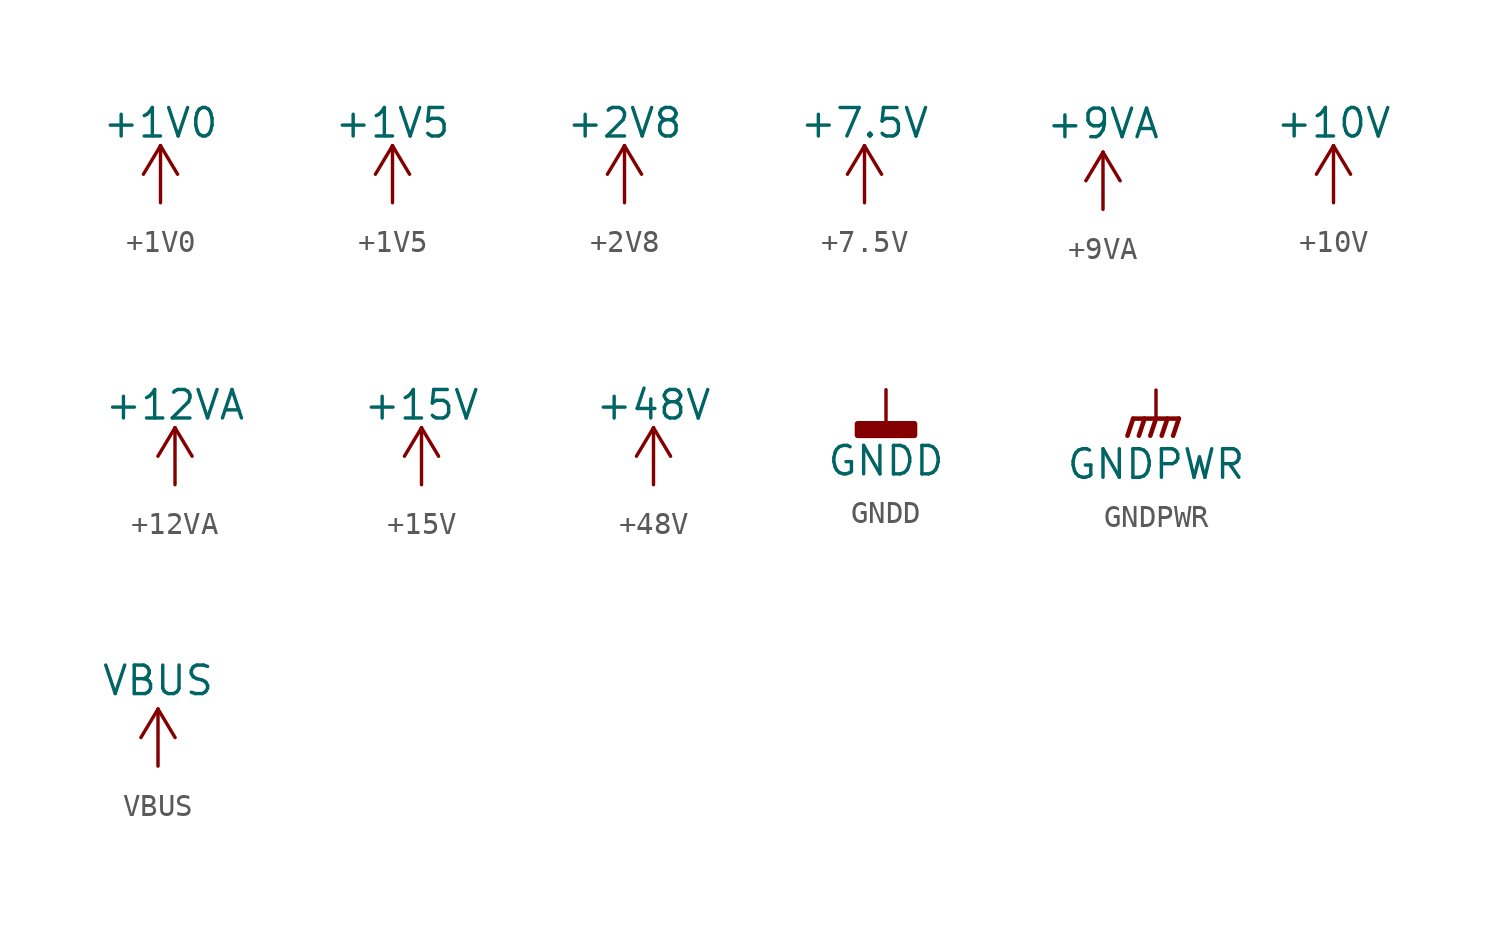
<source format=kicad_sym>
(kicad_symbol_lib
  (version 20201005)
  (generator kicad_symbol_editor)
  (symbol "power:+1V0"
    (power)
    (pin_names
      (offset 0))
    (property "Reference" "#PWR"
      (at 0 -3.81 0)
      (effects (font (size 1.27 1.27)) hide))
    (property "Value" "+1V0"
      (at 0 3.556 0)
      (effects (font (size 1.27 1.27))))
    (symbol "+1V0_0_1"
      (polyline (pts (xy -0.762 1.27) (xy 0 2.54)) (stroke (width 0)) (fill (type none)))
      (polyline (pts (xy 0 0) (xy 0 2.54)) (stroke (width 0)) (fill (type none)))
      (polyline (pts (xy 0 2.54) (xy 0.762 1.27)) (stroke (width 0)) (fill (type none))))
    (symbol "+1V0_1_1"
      (pin power_in line (at 0 0 90) (length 0) hide (name "+1V0" (effects (font (size 1.27 1.27)))) (number "1" (effects (font (size 1.27 1.27)))))))
  (symbol "power:+1V5"
    (power)
    (pin_names
      (offset 0))
    (property "Reference" "#PWR"
      (at 0 -3.81 0)
      (effects (font (size 1.27 1.27)) hide))
    (property "Value" "+1V5"
      (at 0 3.556 0)
      (effects (font (size 1.27 1.27))))
    (symbol "+1V5_0_1"
      (polyline (pts (xy -0.762 1.27) (xy 0 2.54)) (stroke (width 0)) (fill (type none)))
      (polyline (pts (xy 0 0) (xy 0 2.54)) (stroke (width 0)) (fill (type none)))
      (polyline (pts (xy 0 2.54) (xy 0.762 1.27)) (stroke (width 0)) (fill (type none))))
    (symbol "+1V5_1_1"
      (pin power_in line (at 0 0 90) (length 0) hide (name "+1V5" (effects (font (size 1.27 1.27)))) (number "1" (effects (font (size 1.27 1.27)))))))
  (symbol "power:+2V8"
    (power)
    (pin_names
      (offset 0))
    (property "Reference" "#PWR"
      (at 0 -3.81 0)
      (effects (font (size 1.27 1.27)) hide))
    (property "Value" "+2V8"
      (at 0 3.556 0)
      (effects (font (size 1.27 1.27))))
    (symbol "+2V8_0_1"
      (polyline (pts (xy -0.762 1.27) (xy 0 2.54)) (stroke (width 0)) (fill (type none)))
      (polyline (pts (xy 0 0) (xy 0 2.54)) (stroke (width 0)) (fill (type none)))
      (polyline (pts (xy 0 2.54) (xy 0.762 1.27)) (stroke (width 0)) (fill (type none))))
    (symbol "+2V8_1_1"
      (pin power_in line (at 0 0 90) (length 0) hide (name "+2V8" (effects (font (size 1.27 1.27)))) (number "1" (effects (font (size 1.27 1.27)))))))
  (symbol "power:+7.5V"
    (power)
    (pin_names
      (offset 0))
    (property "Reference" "#PWR"
      (at 0 -3.81 0)
      (effects (font (size 1.27 1.27)) hide))
    (property "Value" "+7.5V"
      (at 0 3.556 0)
      (effects (font (size 1.27 1.27))))
    (symbol "+7.5V_0_1"
      (polyline (pts (xy -0.762 1.27) (xy 0 2.54)) (stroke (width 0)) (fill (type none)))
      (polyline (pts (xy 0 0) (xy 0 2.54)) (stroke (width 0)) (fill (type none)))
      (polyline (pts (xy 0 2.54) (xy 0.762 1.27)) (stroke (width 0)) (fill (type none))))
    (symbol "+7.5V_1_1"
      (pin power_in line (at 0 0 90) (length 0) hide (name "+7.5V" (effects (font (size 1.27 1.27)))) (number "1" (effects (font (size 1.27 1.27)))))))
  (symbol "power:+9VA"
    (power)
    (pin_names
      (offset 0))
    (property "Reference" "#PWR"
      (at 0 -3.175 0)
      (effects (font (size 1.27 1.27)) hide))
    (property "Value" "+9VA"
      (at 0 3.81 0)
      (effects (font (size 1.27 1.27))))
    (symbol "+9VA_0_1"
      (polyline (pts (xy -0.762 1.27) (xy 0 2.54)) (stroke (width 0)) (fill (type none)))
      (polyline (pts (xy 0 0) (xy 0 2.54)) (stroke (width 0)) (fill (type none)))
      (polyline (pts (xy 0 2.54) (xy 0.762 1.27)) (stroke (width 0)) (fill (type none))))
    (symbol "+9VA_1_1"
      (pin power_in line (at 0 0 90) (length 0) hide (name "+9VA" (effects (font (size 1.27 1.27)))) (number "1" (effects (font (size 1.27 1.27)))))))
  (symbol "power:+10V"
    (power)
    (pin_names
      (offset 0))
    (property "Reference" "#PWR"
      (at 0 -3.81 0)
      (effects (font (size 1.27 1.27)) hide))
    (property "Value" "+10V"
      (at 0 3.556 0)
      (effects (font (size 1.27 1.27))))
    (symbol "+10V_0_1"
      (polyline (pts (xy -0.762 1.27) (xy 0 2.54)) (stroke (width 0)) (fill (type none)))
      (polyline (pts (xy 0 0) (xy 0 2.54)) (stroke (width 0)) (fill (type none)))
      (polyline (pts (xy 0 2.54) (xy 0.762 1.27)) (stroke (width 0)) (fill (type none))))
    (symbol "+10V_1_1"
      (pin power_in line (at 0 0 90) (length 0) hide (name "+10V" (effects (font (size 1.27 1.27)))) (number "1" (effects (font (size 1.27 1.27)))))))
  (symbol "power:+12VA"
    (power)
    (pin_names
      (offset 0))
    (property "Reference" "#PWR"
      (at 0 -3.81 0)
      (effects (font (size 1.27 1.27)) hide))
    (property "Value" "+12VA"
      (at 0 3.556 0)
      (effects (font (size 1.27 1.27))))
    (symbol "+12VA_0_1"
      (polyline (pts (xy -0.762 1.27) (xy 0 2.54)) (stroke (width 0)) (fill (type none)))
      (polyline (pts (xy 0 0) (xy 0 2.54)) (stroke (width 0)) (fill (type none)))
      (polyline (pts (xy 0 2.54) (xy 0.762 1.27)) (stroke (width 0)) (fill (type none))))
    (symbol "+12VA_1_1"
      (pin power_in line (at 0 0 90) (length 0) hide (name "+12VA" (effects (font (size 1.27 1.27)))) (number "1" (effects (font (size 1.27 1.27)))))))
  (symbol "power:+15V"
    (power)
    (pin_names
      (offset 0))
    (property "Reference" "#PWR"
      (at 0 -3.81 0)
      (effects (font (size 1.27 1.27)) hide))
    (property "Value" "+15V"
      (at 0 3.556 0)
      (effects (font (size 1.27 1.27))))
    (symbol "+15V_0_1"
      (polyline (pts (xy -0.762 1.27) (xy 0 2.54)) (stroke (width 0)) (fill (type none)))
      (polyline (pts (xy 0 0) (xy 0 2.54)) (stroke (width 0)) (fill (type none)))
      (polyline (pts (xy 0 2.54) (xy 0.762 1.27)) (stroke (width 0)) (fill (type none))))
    (symbol "+15V_1_1"
      (pin power_in line (at 0 0 90) (length 0) hide (name "+15V" (effects (font (size 1.27 1.27)))) (number "1" (effects (font (size 1.27 1.27)))))))
  (symbol "power:+48V"
    (power)
    (pin_names
      (offset 0))
    (property "Reference" "#PWR"
      (at 0 -3.81 0)
      (effects (font (size 1.27 1.27)) hide))
    (property "Value" "+48V"
      (at 0 3.556 0)
      (effects (font (size 1.27 1.27))))
    (symbol "+48V_0_1"
      (polyline (pts (xy -0.762 1.27) (xy 0 2.54)) (stroke (width 0)) (fill (type none)))
      (polyline (pts (xy 0 0) (xy 0 2.54)) (stroke (width 0)) (fill (type none)))
      (polyline (pts (xy 0 2.54) (xy 0.762 1.27)) (stroke (width 0)) (fill (type none))))
    (symbol "+48V_1_1"
      (pin power_in line (at 0 0 90) (length 0) hide (name "+48V" (effects (font (size 1.27 1.27)))) (number "1" (effects (font (size 1.27 1.27)))))))
  (symbol "power:GNDD"
    (power)
    (pin_names
      (offset 0))
    (property "Reference" "#PWR"
      (at 0 -6.35 0)
      (effects (font (size 1.27 1.27)) hide))
    (property "Value" "GNDD"
      (at 0 -3.175 0)
      (effects (font (size 1.27 1.27))))
    (symbol "GNDD_0_1"
      (rectangle (start -1.27 -1.524) (end 1.27 -2.032) (stroke (width 0.254)) (fill (type outline)))
      (polyline (pts (xy 0 0) (xy 0 -1.524)) (stroke (width 0)) (fill (type none))))
    (symbol "GNDD_1_1"
      (pin power_in line (at 0 0 270) (length 0) hide (name "GNDD" (effects (font (size 1.27 1.27)))) (number "1" (effects (font (size 1.27 1.27)))))))
  (symbol "power:GNDPWR"
    (power)
    (pin_names
      (offset 0))
    (property "Reference" "#PWR"
      (at 0 -5.08 0)
      (effects (font (size 1.27 1.27)) hide))
    (property "Value" "GNDPWR"
      (at 0 -3.302 0)
      (effects (font (size 1.27 1.27))))
    (symbol "GNDPWR_0_1"
      (polyline (pts (xy 0 -1.27) (xy 0 0)) (stroke (width 0)) (fill (type none)))
      (polyline (pts (xy -1.016 -1.27) (xy -1.27 -2.032) (xy -1.27 -2.032)) (stroke (width 0.203)) (fill (type none)))
      (polyline (pts (xy -0.508 -1.27) (xy -0.762 -2.032) (xy -0.762 -2.032)) (stroke (width 0.203)) (fill (type none)))
      (polyline (pts (xy 0 -1.27) (xy -0.254 -2.032) (xy -0.254 -2.032)) (stroke (width 0.203)) (fill (type none)))
      (polyline (pts (xy 0.508 -1.27) (xy 0.254 -2.032) (xy 0.254 -2.032)) (stroke (width 0.203)) (fill (type none)))
      (polyline (pts (xy 1.016 -1.27) (xy -1.016 -1.27) (xy -1.016 -1.27)) (stroke (width 0.203)) (fill (type none)))
      (polyline (pts (xy 1.016 -1.27) (xy 0.762 -2.032) (xy 0.762 -2.032) (xy 0.762 -2.032)) (stroke (width 0.203)) (fill (type none))))
    (symbol "GNDPWR_1_1"
      (pin power_in line (at 0 0 270) (length 0) hide (name "GNDPWR" (effects (font (size 1.27 1.27)))) (number "1" (effects (font (size 1.27 1.27)))))))
  (symbol "power:VBUS"
    (power)
    (pin_names
      (offset 0))
    (property "Reference" "#PWR"
      (at 0 -3.81 0)
      (effects (font (size 1.27 1.27)) hide))
    (property "Value" "VBUS"
      (at 0 3.81 0)
      (effects (font (size 1.27 1.27))))
    (symbol "VBUS_0_1"
      (polyline (pts (xy -0.762 1.27) (xy 0 2.54)) (stroke (width 0)) (fill (type none)))
      (polyline (pts (xy 0 0) (xy 0 2.54)) (stroke (width 0)) (fill (type none)))
      (polyline (pts (xy 0 2.54) (xy 0.762 1.27)) (stroke (width 0)) (fill (type none))))
    (symbol "VBUS_1_1"
      (pin power_in line (at 0 0 90) (length 0) hide (name "VBUS" (effects (font (size 1.27 1.27)))) (number "1" (effects (font (size 1.27 1.27))))))))
</source>
